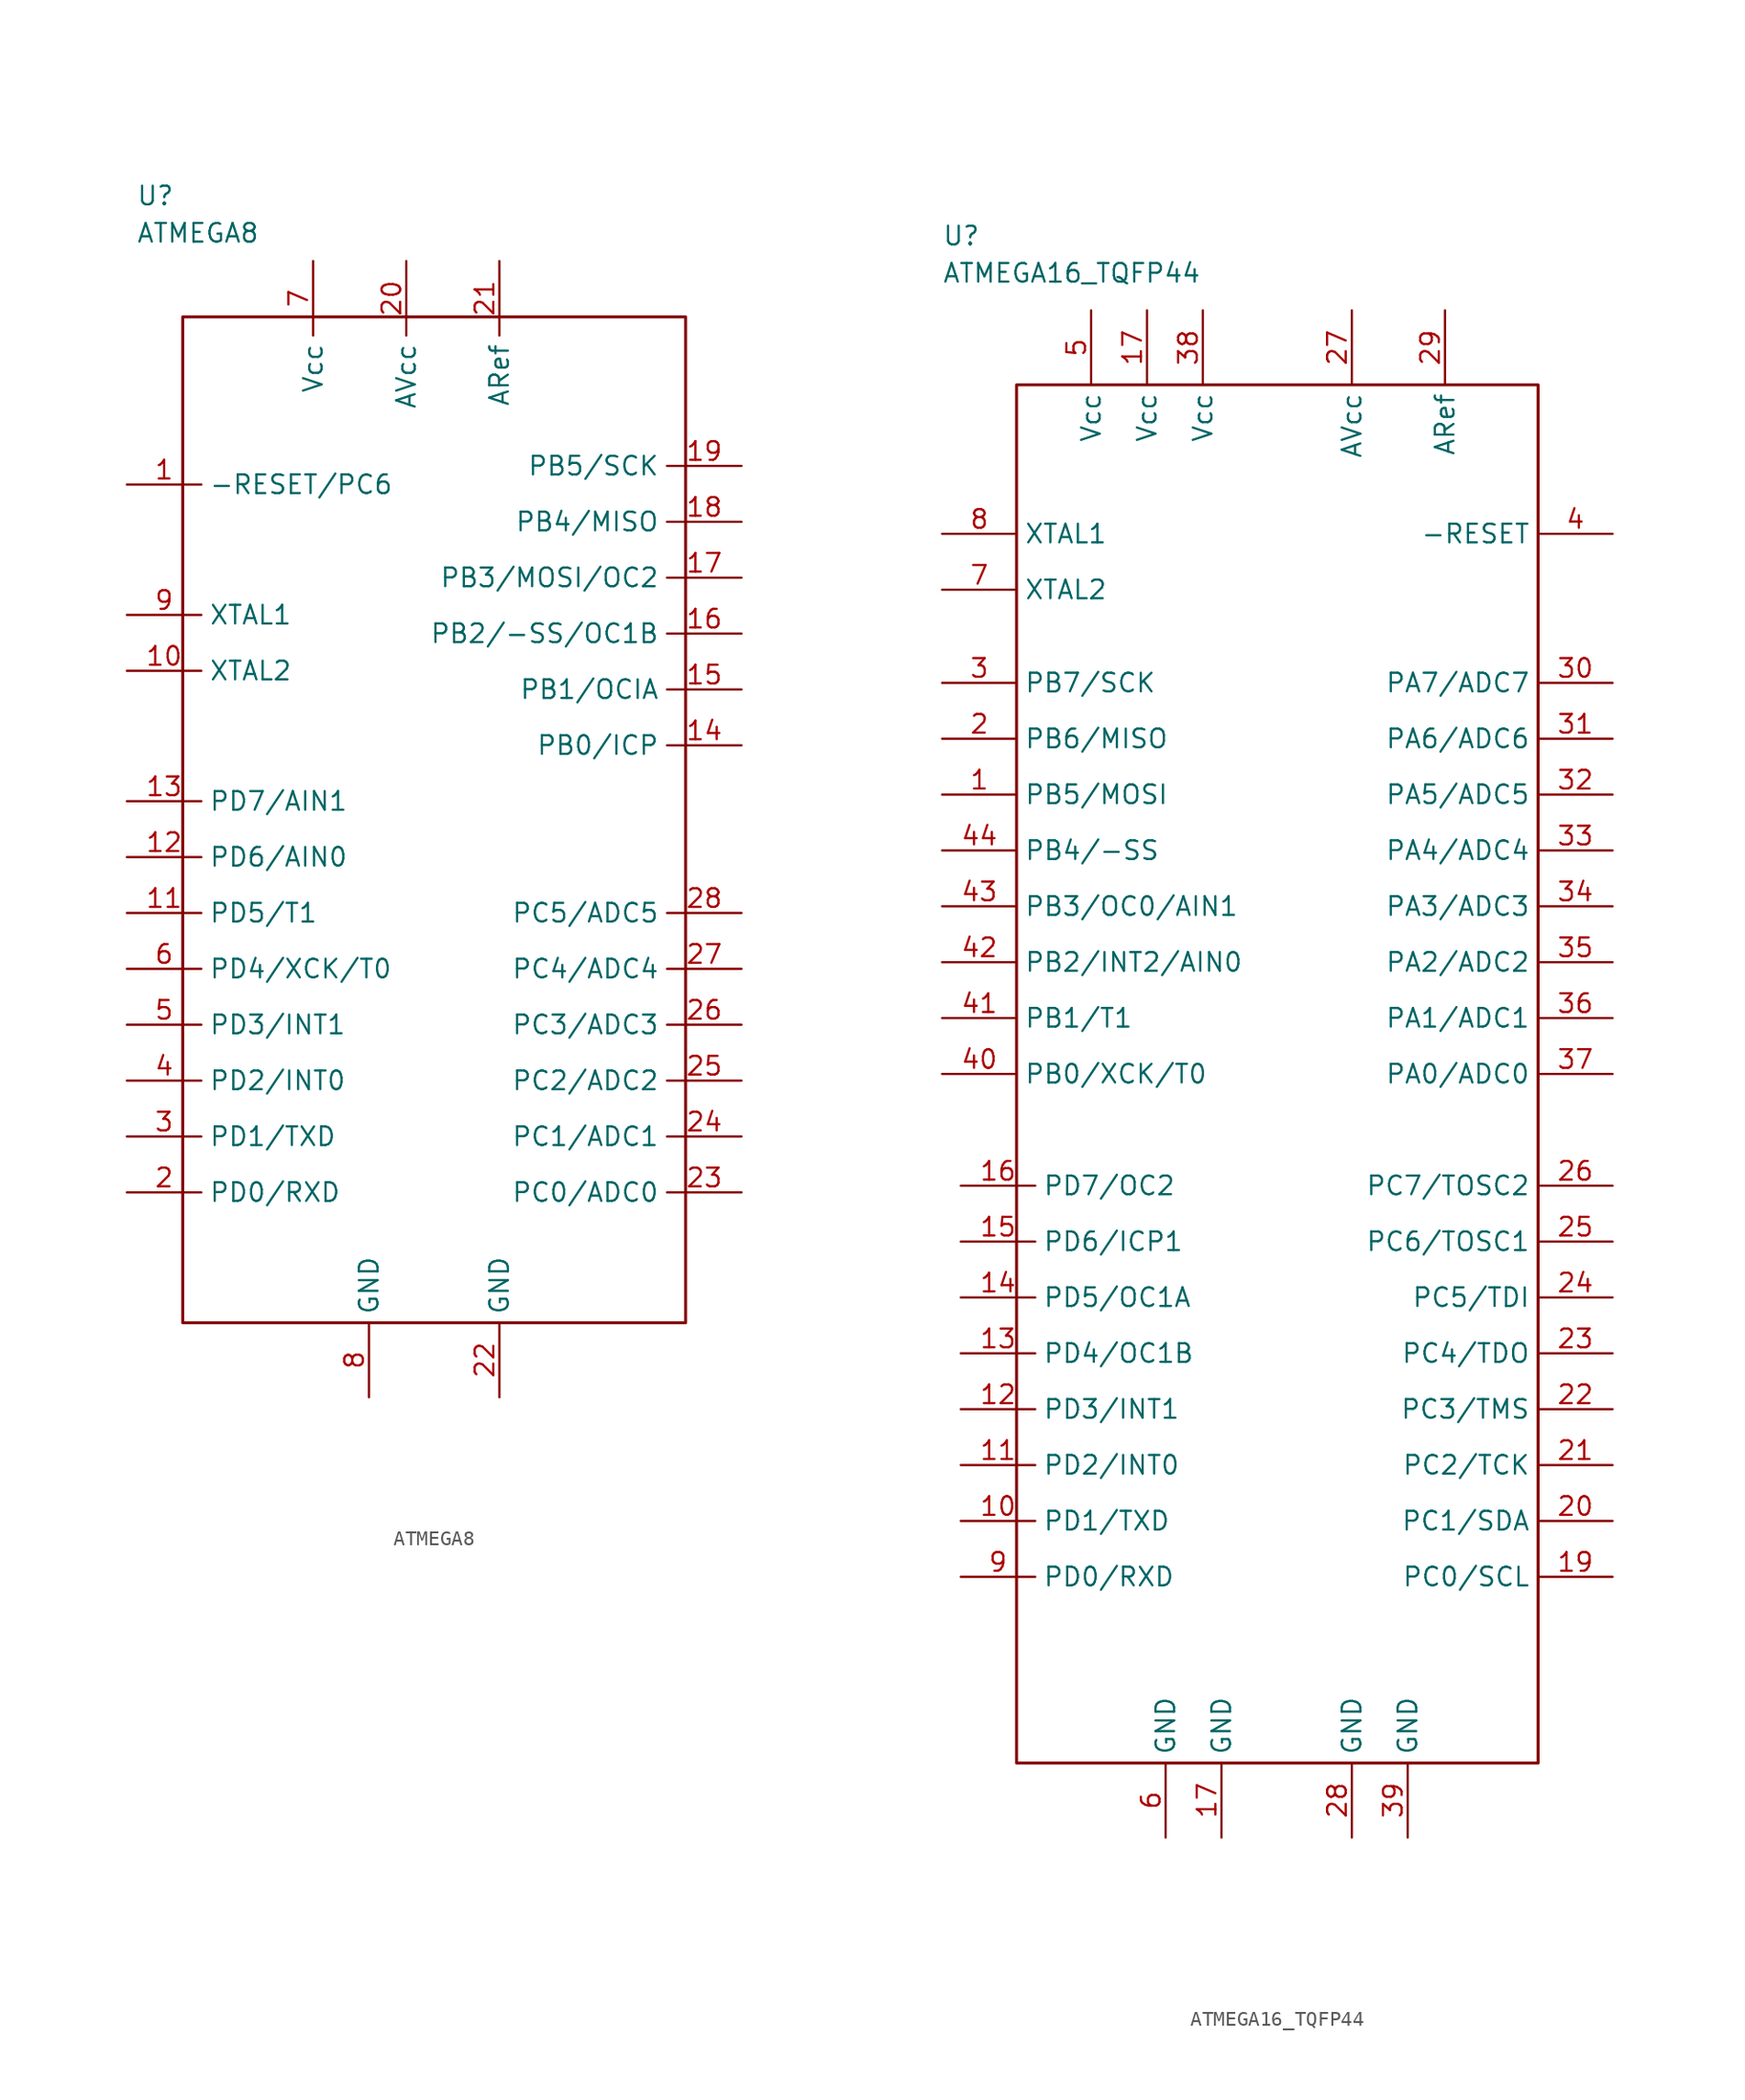
<source format=kicad_sym>
(kicad_symbol_lib
  (version 20211014)
  (generator kicad_symbol_editor)
  (symbol "ATMEGA8"
    (property "Reference" "U"
      (at -20.955 43.815 0)
      (effects (font (size 1.27 1.27)) (justify left)))
    (property "Value" "ATMEGA8"
      (at -20.955 41.275 0)
      (effects (font (size 1.27 1.27)) (justify left)))
    (property "ki_locked" ""
      (at 0 0 0)
      (effects (font (size 1.27 1.27))))
    (symbol "ATMEGA8_0_0"
      (rectangle (start -17.78 35.56) (end 16.51 -33.02) (stroke (width 0.203) (type default) (color 0 0 0 0)) (fill (type none))))
    (symbol "ATMEGA8_1_0"
      (pin unspecified line (at -21.59 24.13 0) (length 5.08) (name "-RESET/PC6" (effects (font (size 1.27 1.27)))) (number "1" (effects (font (size 1.27 1.27)))))
      (pin unspecified line (at -21.59 11.43 0) (length 5.08) (name "XTAL2" (effects (font (size 1.27 1.27)))) (number "10" (effects (font (size 1.27 1.27)))))
      (pin unspecified line (at -21.59 -5.08 0) (length 5.08) (name "PD5/T1" (effects (font (size 1.27 1.27)))) (number "11" (effects (font (size 1.27 1.27)))))
      (pin unspecified line (at -21.59 -1.27 0) (length 5.08) (name "PD6/AIN0" (effects (font (size 1.27 1.27)))) (number "12" (effects (font (size 1.27 1.27)))))
      (pin unspecified line (at -21.59 2.54 0) (length 5.08) (name "PD7/AIN1" (effects (font (size 1.27 1.27)))) (number "13" (effects (font (size 1.27 1.27)))))
      (pin unspecified line (at 20.32 6.35 180) (length 5.08) (name "PB0/ICP" (effects (font (size 1.27 1.27)))) (number "14" (effects (font (size 1.27 1.27)))))
      (pin unspecified line (at 20.32 10.16 180) (length 5.08) (name "PB1/OCIA" (effects (font (size 1.27 1.27)))) (number "15" (effects (font (size 1.27 1.27)))))
      (pin unspecified line (at 20.32 13.97 180) (length 5.08) (name "PB2/-SS/OC1B" (effects (font (size 1.27 1.27)))) (number "16" (effects (font (size 1.27 1.27)))))
      (pin unspecified line (at 20.32 17.78 180) (length 5.08) (name "PB3/MOSI/OC2" (effects (font (size 1.27 1.27)))) (number "17" (effects (font (size 1.27 1.27)))))
      (pin unspecified line (at 20.32 21.59 180) (length 5.08) (name "PB4/MISO" (effects (font (size 1.27 1.27)))) (number "18" (effects (font (size 1.27 1.27)))))
      (pin unspecified line (at 20.32 25.4 180) (length 5.08) (name "PB5/SCK" (effects (font (size 1.27 1.27)))) (number "19" (effects (font (size 1.27 1.27)))))
      (pin unspecified line (at -21.59 -24.13 0) (length 5.08) (name "PD0/RXD" (effects (font (size 1.27 1.27)))) (number "2" (effects (font (size 1.27 1.27)))))
      (pin unspecified line (at -2.54 39.37 270) (length 5.08) (name "AVcc" (effects (font (size 1.27 1.27)))) (number "20" (effects (font (size 1.27 1.27)))))
      (pin unspecified line (at 3.81 39.37 270) (length 5.08) (name "ARef" (effects (font (size 1.27 1.27)))) (number "21" (effects (font (size 1.27 1.27)))))
      (pin unspecified line (at 3.81 -38.1 90) (length 5.08) (name "GND" (effects (font (size 1.27 1.27)))) (number "22" (effects (font (size 1.27 1.27)))))
      (pin unspecified line (at 20.32 -24.13 180) (length 5.08) (name "PC0/ADC0" (effects (font (size 1.27 1.27)))) (number "23" (effects (font (size 1.27 1.27)))))
      (pin unspecified line (at 20.32 -20.32 180) (length 5.08) (name "PC1/ADC1" (effects (font (size 1.27 1.27)))) (number "24" (effects (font (size 1.27 1.27)))))
      (pin unspecified line (at 20.32 -16.51 180) (length 5.08) (name "PC2/ADC2" (effects (font (size 1.27 1.27)))) (number "25" (effects (font (size 1.27 1.27)))))
      (pin unspecified line (at 20.32 -12.7 180) (length 5.08) (name "PC3/ADC3" (effects (font (size 1.27 1.27)))) (number "26" (effects (font (size 1.27 1.27)))))
      (pin unspecified line (at 20.32 -8.89 180) (length 5.08) (name "PC4/ADC4" (effects (font (size 1.27 1.27)))) (number "27" (effects (font (size 1.27 1.27)))))
      (pin unspecified line (at 20.32 -5.08 180) (length 5.08) (name "PC5/ADC5" (effects (font (size 1.27 1.27)))) (number "28" (effects (font (size 1.27 1.27)))))
      (pin unspecified line (at -21.59 -20.32 0) (length 5.08) (name "PD1/TXD" (effects (font (size 1.27 1.27)))) (number "3" (effects (font (size 1.27 1.27)))))
      (pin unspecified line (at -21.59 -16.51 0) (length 5.08) (name "PD2/INT0" (effects (font (size 1.27 1.27)))) (number "4" (effects (font (size 1.27 1.27)))))
      (pin unspecified line (at -21.59 -12.7 0) (length 5.08) (name "PD3/INT1" (effects (font (size 1.27 1.27)))) (number "5" (effects (font (size 1.27 1.27)))))
      (pin unspecified line (at -21.59 -8.89 0) (length 5.08) (name "PD4/XCK/T0" (effects (font (size 1.27 1.27)))) (number "6" (effects (font (size 1.27 1.27)))))
      (pin unspecified line (at -8.89 39.37 270) (length 5.08) (name "Vcc" (effects (font (size 1.27 1.27)))) (number "7" (effects (font (size 1.27 1.27)))))
      (pin unspecified line (at -5.08 -38.1 90) (length 5.08) (name "GND" (effects (font (size 1.27 1.27)))) (number "8" (effects (font (size 1.27 1.27)))))
      (pin unspecified line (at -21.59 15.24 0) (length 5.08) (name "XTAL1" (effects (font (size 1.27 1.27)))) (number "9" (effects (font (size 1.27 1.27)))))))
  (symbol "ATMEGA16_TQFP44"
    (property "Reference" "U"
      (at -22.86 57.15 0)
      (effects (font (size 1.27 1.27)) (justify left)))
    (property "Value" "ATMEGA16_TQFP44"
      (at -22.86 54.61 0)
      (effects (font (size 1.27 1.27)) (justify left)))
    (property "ki_locked" ""
      (at 0 0 0)
      (effects (font (size 1.27 1.27))))
    (symbol "ATMEGA16_TQFP44_0_0"
      (rectangle (start -17.78 46.99) (end 17.78 -46.99) (stroke (width 0.203) (type default) (color 0 0 0 0)) (fill (type none))))
    (symbol "ATMEGA16_TQFP44_1_0"
      (pin unspecified line (at -22.86 19.05 0) (length 5.08) (name "PB5/MOSI" (effects (font (size 1.27 1.27)))) (number "1" (effects (font (size 1.27 1.27)))))
      (pin unspecified line (at -21.59 -30.48 0) (length 5.08) (name "PD1/TXD" (effects (font (size 1.27 1.27)))) (number "10" (effects (font (size 1.27 1.27)))))
      (pin unspecified line (at -21.59 -26.67 0) (length 5.08) (name "PD2/INT0" (effects (font (size 1.27 1.27)))) (number "11" (effects (font (size 1.27 1.27)))))
      (pin unspecified line (at -21.59 -22.86 0) (length 5.08) (name "PD3/INT1" (effects (font (size 1.27 1.27)))) (number "12" (effects (font (size 1.27 1.27)))))
      (pin unspecified line (at -21.59 -19.05 0) (length 5.08) (name "PD4/OC1B" (effects (font (size 1.27 1.27)))) (number "13" (effects (font (size 1.27 1.27)))))
      (pin unspecified line (at -21.59 -15.24 0) (length 5.08) (name "PD5/OC1A" (effects (font (size 1.27 1.27)))) (number "14" (effects (font (size 1.27 1.27)))))
      (pin unspecified line (at -21.59 -11.43 0) (length 5.08) (name "PD6/ICP1" (effects (font (size 1.27 1.27)))) (number "15" (effects (font (size 1.27 1.27)))))
      (pin unspecified line (at -21.59 -7.62 0) (length 5.08) (name "PD7/OC2" (effects (font (size 1.27 1.27)))) (number "16" (effects (font (size 1.27 1.27)))))
      (pin unspecified line (at -3.81 -52.07 90) (length 5.08) (name "GND" (effects (font (size 1.27 1.27)))) (number "17" (effects (font (size 1.27 1.27)))))
      (pin unspecified line (at -8.89 52.07 270) (length 5.08) (name "Vcc" (effects (font (size 1.27 1.27)))) (number "17" (effects (font (size 1.27 1.27)))))
      (pin unspecified line (at 22.86 -34.29 180) (length 5.08) (name "PC0/SCL" (effects (font (size 1.27 1.27)))) (number "19" (effects (font (size 1.27 1.27)))))
      (pin unspecified line (at -22.86 22.86 0) (length 5.08) (name "PB6/MISO" (effects (font (size 1.27 1.27)))) (number "2" (effects (font (size 1.27 1.27)))))
      (pin unspecified line (at 22.86 -30.48 180) (length 5.08) (name "PC1/SDA" (effects (font (size 1.27 1.27)))) (number "20" (effects (font (size 1.27 1.27)))))
      (pin unspecified line (at 22.86 -26.67 180) (length 5.08) (name "PC2/TCK" (effects (font (size 1.27 1.27)))) (number "21" (effects (font (size 1.27 1.27)))))
      (pin unspecified line (at 22.86 -22.86 180) (length 5.08) (name "PC3/TMS" (effects (font (size 1.27 1.27)))) (number "22" (effects (font (size 1.27 1.27)))))
      (pin unspecified line (at 22.86 -19.05 180) (length 5.08) (name "PC4/TDO" (effects (font (size 1.27 1.27)))) (number "23" (effects (font (size 1.27 1.27)))))
      (pin unspecified line (at 22.86 -15.24 180) (length 5.08) (name "PC5/TDI" (effects (font (size 1.27 1.27)))) (number "24" (effects (font (size 1.27 1.27)))))
      (pin unspecified line (at 22.86 -11.43 180) (length 5.08) (name "PC6/TOSC1" (effects (font (size 1.27 1.27)))) (number "25" (effects (font (size 1.27 1.27)))))
      (pin unspecified line (at 22.86 -7.62 180) (length 5.08) (name "PC7/TOSC2" (effects (font (size 1.27 1.27)))) (number "26" (effects (font (size 1.27 1.27)))))
      (pin unspecified line (at 5.08 52.07 270) (length 5.08) (name "AVcc" (effects (font (size 1.27 1.27)))) (number "27" (effects (font (size 1.27 1.27)))))
      (pin unspecified line (at 5.08 -52.07 90) (length 5.08) (name "GND" (effects (font (size 1.27 1.27)))) (number "28" (effects (font (size 1.27 1.27)))))
      (pin unspecified line (at 11.43 52.07 270) (length 5.08) (name "ARef" (effects (font (size 1.27 1.27)))) (number "29" (effects (font (size 1.27 1.27)))))
      (pin unspecified line (at -22.86 26.67 0) (length 5.08) (name "PB7/SCK" (effects (font (size 1.27 1.27)))) (number "3" (effects (font (size 1.27 1.27)))))
      (pin unspecified line (at 22.86 26.67 180) (length 5.08) (name "PA7/ADC7" (effects (font (size 1.27 1.27)))) (number "30" (effects (font (size 1.27 1.27)))))
      (pin unspecified line (at 22.86 22.86 180) (length 5.08) (name "PA6/ADC6" (effects (font (size 1.27 1.27)))) (number "31" (effects (font (size 1.27 1.27)))))
      (pin unspecified line (at 22.86 19.05 180) (length 5.08) (name "PA5/ADC5" (effects (font (size 1.27 1.27)))) (number "32" (effects (font (size 1.27 1.27)))))
      (pin unspecified line (at 22.86 15.24 180) (length 5.08) (name "PA4/ADC4" (effects (font (size 1.27 1.27)))) (number "33" (effects (font (size 1.27 1.27)))))
      (pin unspecified line (at 22.86 11.43 180) (length 5.08) (name "PA3/ADC3" (effects (font (size 1.27 1.27)))) (number "34" (effects (font (size 1.27 1.27)))))
      (pin unspecified line (at 22.86 7.62 180) (length 5.08) (name "PA2/ADC2" (effects (font (size 1.27 1.27)))) (number "35" (effects (font (size 1.27 1.27)))))
      (pin unspecified line (at 22.86 3.81 180) (length 5.08) (name "PA1/ADC1" (effects (font (size 1.27 1.27)))) (number "36" (effects (font (size 1.27 1.27)))))
      (pin unspecified line (at 22.86 0 180) (length 5.08) (name "PA0/ADC0" (effects (font (size 1.27 1.27)))) (number "37" (effects (font (size 1.27 1.27)))))
      (pin unspecified line (at -5.08 52.07 270) (length 5.08) (name "Vcc" (effects (font (size 1.27 1.27)))) (number "38" (effects (font (size 1.27 1.27)))))
      (pin unspecified line (at 8.89 -52.07 90) (length 5.08) (name "GND" (effects (font (size 1.27 1.27)))) (number "39" (effects (font (size 1.27 1.27)))))
      (pin unspecified line (at 22.86 36.83 180) (length 5.08) (name "-RESET" (effects (font (size 1.27 1.27)))) (number "4" (effects (font (size 1.27 1.27)))))
      (pin unspecified line (at -22.86 0 0) (length 5.08) (name "PB0/XCK/T0" (effects (font (size 1.27 1.27)))) (number "40" (effects (font (size 1.27 1.27)))))
      (pin unspecified line (at -22.86 3.81 0) (length 5.08) (name "PB1/T1" (effects (font (size 1.27 1.27)))) (number "41" (effects (font (size 1.27 1.27)))))
      (pin unspecified line (at -22.86 7.62 0) (length 5.08) (name "PB2/INT2/AIN0" (effects (font (size 1.27 1.27)))) (number "42" (effects (font (size 1.27 1.27)))))
      (pin unspecified line (at -22.86 11.43 0) (length 5.08) (name "PB3/OC0/AIN1" (effects (font (size 1.27 1.27)))) (number "43" (effects (font (size 1.27 1.27)))))
      (pin unspecified line (at -22.86 15.24 0) (length 5.08) (name "PB4/-SS" (effects (font (size 1.27 1.27)))) (number "44" (effects (font (size 1.27 1.27)))))
      (pin unspecified line (at -12.7 52.07 270) (length 5.08) (name "Vcc" (effects (font (size 1.27 1.27)))) (number "5" (effects (font (size 1.27 1.27)))))
      (pin unspecified line (at -7.62 -52.07 90) (length 5.08) (name "GND" (effects (font (size 1.27 1.27)))) (number "6" (effects (font (size 1.27 1.27)))))
      (pin unspecified line (at -22.86 33.02 0) (length 5.08) (name "XTAL2" (effects (font (size 1.27 1.27)))) (number "7" (effects (font (size 1.27 1.27)))))
      (pin unspecified line (at -22.86 36.83 0) (length 5.08) (name "XTAL1" (effects (font (size 1.27 1.27)))) (number "8" (effects (font (size 1.27 1.27)))))
      (pin unspecified line (at -21.59 -34.29 0) (length 5.08) (name "PD0/RXD" (effects (font (size 1.27 1.27)))) (number "9" (effects (font (size 1.27 1.27))))))))
</source>
